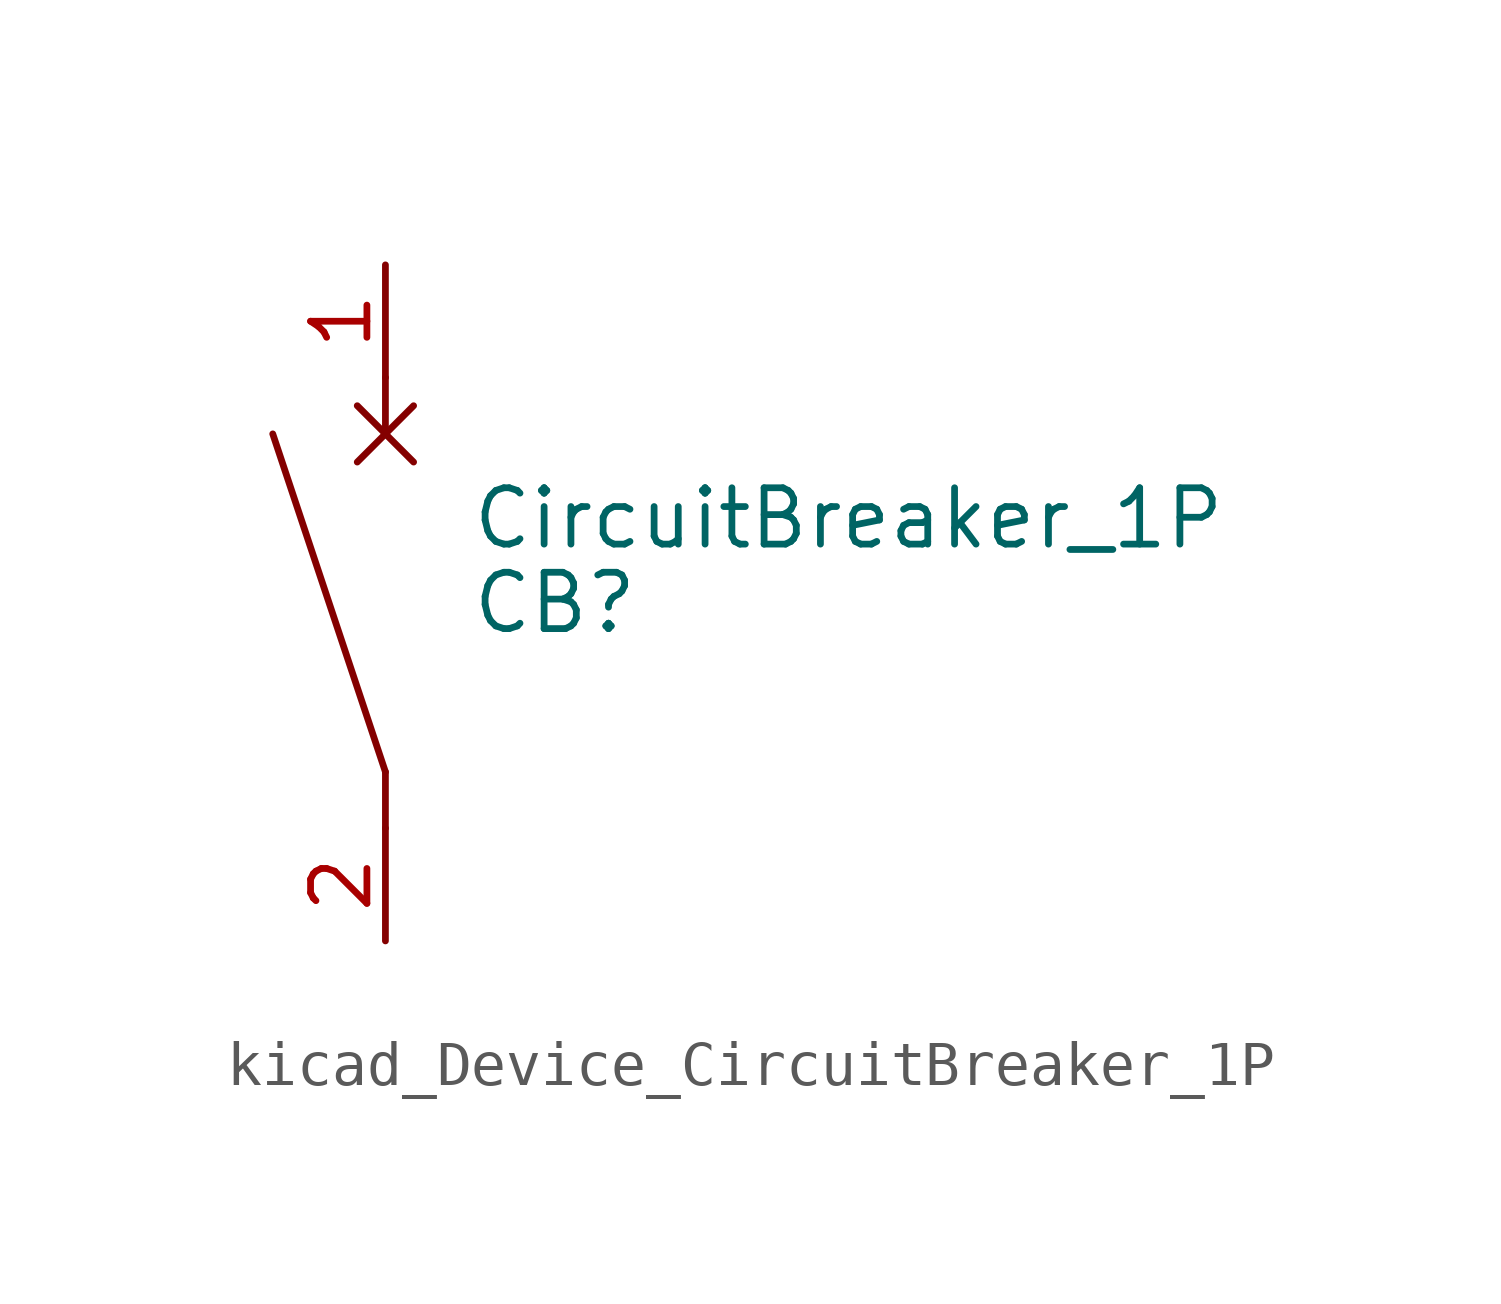
<source format=kicad_sym>
(kicad_symbol_lib
  (version 20220914)
  (generator kicad_symbol_editor)
  (symbol "kicad_Device_CircuitBreaker_1P"
    (property "Reference" "CB"
      (at 1.905 0 0)
      (effects (font (size 1.27 1.27)) (justify left)))
    (property "Value" "CircuitBreaker_1P"
      (at 1.905 1.905 0)
      (effects (font (size 1.27 1.27)) (justify left)))
    (symbol "kicad_Device_CircuitBreaker_1P_0_1"
      (polyline (pts (xy 0 -5.08) (xy 0 -3.81)) (stroke (width 0) (type default)) (fill (type none)))
      (polyline (pts (xy 0 -3.81) (xy -2.54 3.81)) (stroke (width 0) (type default)) (fill (type none))))
    (symbol "kicad_Device_CircuitBreaker_1P_1_1"
      (polyline (pts (xy -0.635 4.445) (xy 0.635 3.175)) (stroke (width 0) (type default)) (fill (type none)))
      (polyline (pts (xy 0 5.08) (xy 0 3.81)) (stroke (width 0) (type default)) (fill (type none)))
      (polyline (pts (xy 0.635 4.445) (xy -0.635 3.175)) (stroke (width 0) (type default)) (fill (type none)))
      (pin passive line (at 0 7.62 270) (length 2.54) (name "~" (effects (font (size 1.27 1.27)))) (number "1" (effects (font (size 1.27 1.27)))))
      (pin passive line (at 0 -7.62 90) (length 2.54) (name "~" (effects (font (size 1.27 1.27)))) (number "2" (effects (font (size 1.27 1.27))))))))
</source>
